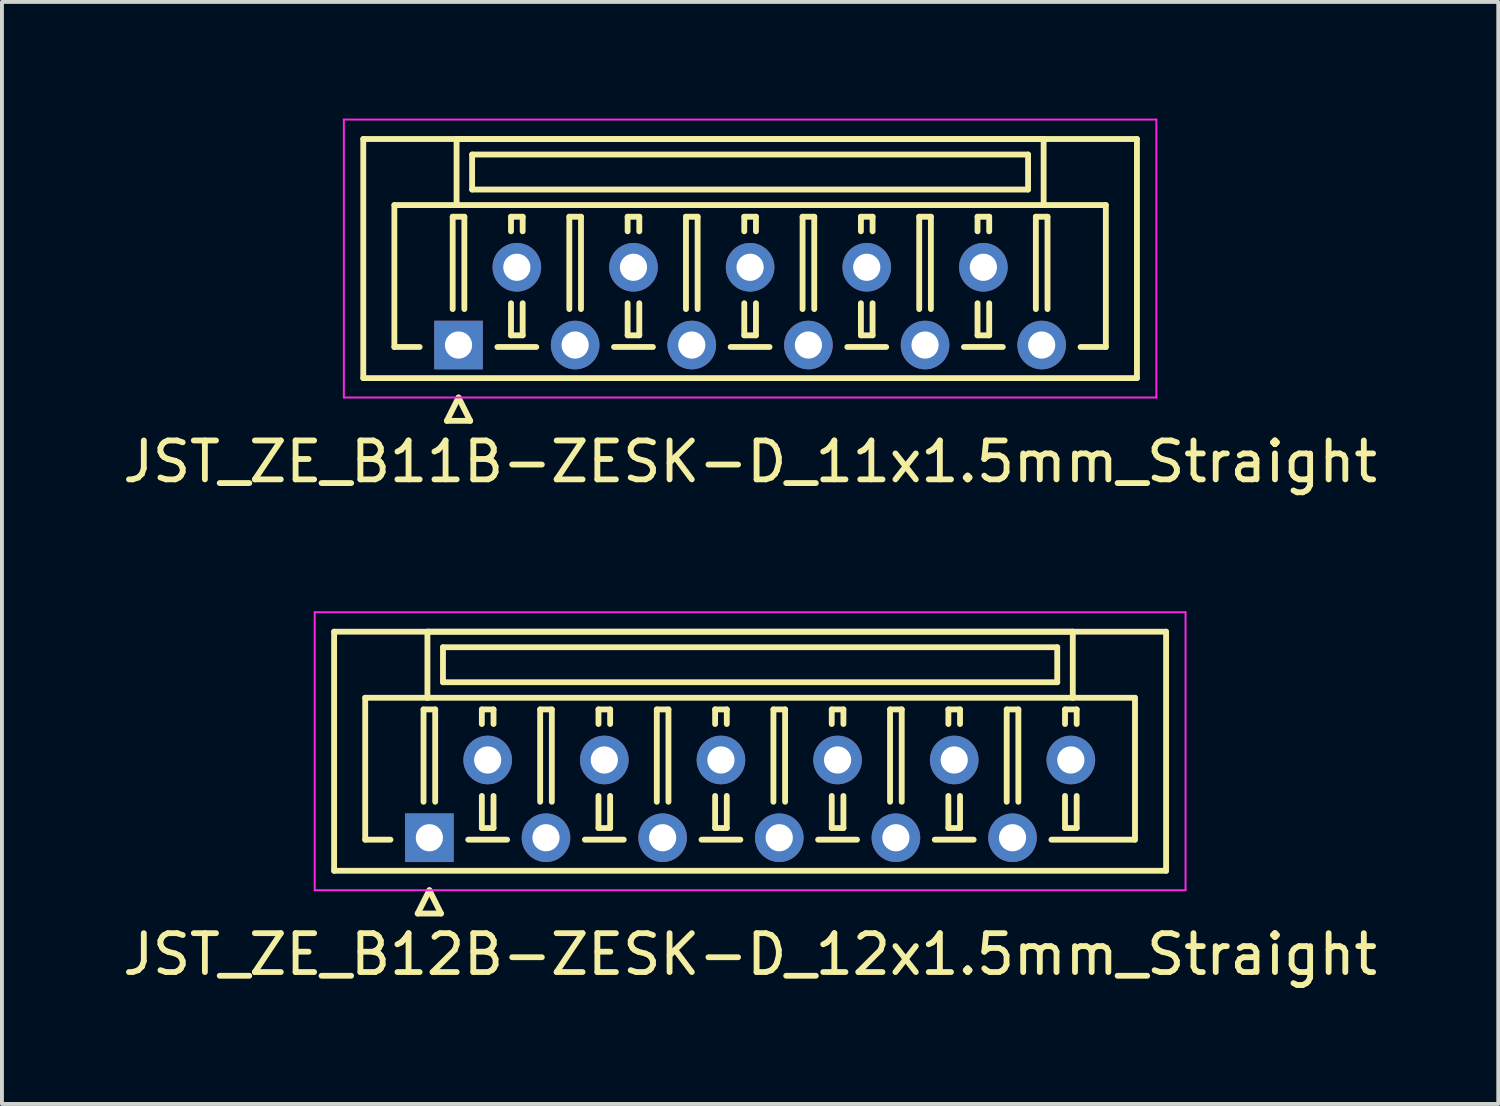
<source format=kicad_pcb>
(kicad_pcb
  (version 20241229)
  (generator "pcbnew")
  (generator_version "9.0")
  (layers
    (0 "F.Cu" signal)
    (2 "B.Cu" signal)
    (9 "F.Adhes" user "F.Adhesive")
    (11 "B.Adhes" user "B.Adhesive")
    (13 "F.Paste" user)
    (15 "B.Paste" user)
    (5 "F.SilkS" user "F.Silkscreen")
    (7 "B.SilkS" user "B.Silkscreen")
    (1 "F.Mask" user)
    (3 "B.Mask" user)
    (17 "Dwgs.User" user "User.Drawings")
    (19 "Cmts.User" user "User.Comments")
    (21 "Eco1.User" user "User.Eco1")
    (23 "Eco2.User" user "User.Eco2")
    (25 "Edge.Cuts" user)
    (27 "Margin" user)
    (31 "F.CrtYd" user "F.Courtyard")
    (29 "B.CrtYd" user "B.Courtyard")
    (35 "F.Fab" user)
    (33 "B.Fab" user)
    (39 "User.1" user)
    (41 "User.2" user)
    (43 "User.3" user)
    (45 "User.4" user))
  (footprint "JST_ZE_B11B-ZESK-D_11x1.5mm_Straight"
    (layer "F.Cu")
    (at 8.744 5.825)
    (property "Reference" "JST_ZE_B11B-ZESK-D_11x1.5mm_Straight" (at 7.5 3 0) (layer "F.SilkS") (effects (font (size 1 1) (thickness 0.15))))
    (attr through_hole)
    (fp_line (start -2.45 -5.3) (end -2.45 0.85) (stroke (width 0.15) (type solid)) (layer "F.SilkS"))
    (fp_line (start -2.45 0.85) (end 17.45 0.85) (stroke (width 0.15) (type solid)) (layer "F.SilkS"))
    (fp_line (start -1.65 -3.6) (end -1.65 0.05) (stroke (width 0.15) (type solid)) (layer "F.SilkS"))
    (fp_line (start -1.65 0.05) (end -1 0.05) (stroke (width 0.15) (type solid)) (layer "F.SilkS"))
    (fp_line (start -0.3 1.95) (end 0 1.35) (stroke (width 0.15) (type solid)) (layer "F.SilkS"))
    (fp_line (start -0.15 -3.3) (end 0.15 -3.3) (stroke (width 0.15) (type solid)) (layer "F.SilkS"))
    (fp_line (start -0.15 -0.925) (end -0.15 -3.3) (stroke (width 0.15) (type solid)) (layer "F.SilkS"))
    (fp_line (start -0.05 -5.3) (end -0.05 -3.6) (stroke (width 0.15) (type solid)) (layer "F.SilkS"))
    (fp_line (start -0.05 -3.6) (end -1.65 -3.6) (stroke (width 0.15) (type solid)) (layer "F.SilkS"))
    (fp_line (start -0.05 -3.6) (end 15.05 -3.6) (stroke (width 0.15) (type solid)) (layer "F.SilkS"))
    (fp_line (start 0 1.35) (end 0.3 1.95) (stroke (width 0.15) (type solid)) (layer "F.SilkS"))
    (fp_line (start 0.15 -3.3) (end 0.15 -0.925) (stroke (width 0.15) (type solid)) (layer "F.SilkS"))
    (fp_line (start 0.3 1.95) (end -0.3 1.95) (stroke (width 0.15) (type solid)) (layer "F.SilkS"))
    (fp_line (start 0.35 -4.9) (end 0.35 -4) (stroke (width 0.15) (type solid)) (layer "F.SilkS"))
    (fp_line (start 0.35 -4) (end 14.65 -4) (stroke (width 0.15) (type solid)) (layer "F.SilkS"))
    (fp_line (start 1 0.05) (end 2 0.05) (stroke (width 0.15) (type solid)) (layer "F.SilkS"))
    (fp_line (start 1.35 -3.3) (end 1.65 -3.3) (stroke (width 0.15) (type solid)) (layer "F.SilkS"))
    (fp_line (start 1.35 -2.925) (end 1.35 -3.3) (stroke (width 0.15) (type solid)) (layer "F.SilkS"))
    (fp_line (start 1.35 -1.075) (end 1.35 -0.25) (stroke (width 0.15) (type solid)) (layer "F.SilkS"))
    (fp_line (start 1.35 -0.25) (end 1.65 -0.25) (stroke (width 0.15) (type solid)) (layer "F.SilkS"))
    (fp_line (start 1.65 -3.3) (end 1.65 -2.925) (stroke (width 0.15) (type solid)) (layer "F.SilkS"))
    (fp_line (start 1.65 -0.25) (end 1.65 -1.075) (stroke (width 0.15) (type solid)) (layer "F.SilkS"))
    (fp_line (start 2.85 -3.3) (end 3.15 -3.3) (stroke (width 0.15) (type solid)) (layer "F.SilkS"))
    (fp_line (start 2.85 -0.925) (end 2.85 -3.3) (stroke (width 0.15) (type solid)) (layer "F.SilkS"))
    (fp_line (start 3.15 -3.3) (end 3.15 -0.925) (stroke (width 0.15) (type solid)) (layer "F.SilkS"))
    (fp_line (start 4 0.05) (end 5 0.05) (stroke (width 0.15) (type solid)) (layer "F.SilkS"))
    (fp_line (start 4.35 -3.3) (end 4.65 -3.3) (stroke (width 0.15) (type solid)) (layer "F.SilkS"))
    (fp_line (start 4.35 -2.925) (end 4.35 -3.3) (stroke (width 0.15) (type solid)) (layer "F.SilkS"))
    (fp_line (start 4.35 -1.075) (end 4.35 -0.25) (stroke (width 0.15) (type solid)) (layer "F.SilkS"))
    (fp_line (start 4.35 -0.25) (end 4.65 -0.25) (stroke (width 0.15) (type solid)) (layer "F.SilkS"))
    (fp_line (start 4.65 -3.3) (end 4.65 -2.925) (stroke (width 0.15) (type solid)) (layer "F.SilkS"))
    (fp_line (start 4.65 -0.25) (end 4.65 -1.075) (stroke (width 0.15) (type solid)) (layer "F.SilkS"))
    (fp_line (start 5.85 -3.3) (end 6.15 -3.3) (stroke (width 0.15) (type solid)) (layer "F.SilkS"))
    (fp_line (start 5.85 -0.925) (end 5.85 -3.3) (stroke (width 0.15) (type solid)) (layer "F.SilkS"))
    (fp_line (start 6.15 -3.3) (end 6.15 -0.925) (stroke (width 0.15) (type solid)) (layer "F.SilkS"))
    (fp_line (start 7 0.05) (end 8 0.05) (stroke (width 0.15) (type solid)) (layer "F.SilkS"))
    (fp_line (start 7.35 -3.3) (end 7.65 -3.3) (stroke (width 0.15) (type solid)) (layer "F.SilkS"))
    (fp_line (start 7.35 -2.925) (end 7.35 -3.3) (stroke (width 0.15) (type solid)) (layer "F.SilkS"))
    (fp_line (start 7.35 -1.075) (end 7.35 -0.25) (stroke (width 0.15) (type solid)) (layer "F.SilkS"))
    (fp_line (start 7.35 -0.25) (end 7.65 -0.25) (stroke (width 0.15) (type solid)) (layer "F.SilkS"))
    (fp_line (start 7.65 -3.3) (end 7.65 -2.925) (stroke (width 0.15) (type solid)) (layer "F.SilkS"))
    (fp_line (start 7.65 -0.25) (end 7.65 -1.075) (stroke (width 0.15) (type solid)) (layer "F.SilkS"))
    (fp_line (start 8.85 -3.3) (end 9.15 -3.3) (stroke (width 0.15) (type solid)) (layer "F.SilkS"))
    (fp_line (start 8.85 -0.925) (end 8.85 -3.3) (stroke (width 0.15) (type solid)) (layer "F.SilkS"))
    (fp_line (start 9.15 -3.3) (end 9.15 -0.925) (stroke (width 0.15) (type solid)) (layer "F.SilkS"))
    (fp_line (start 10 0.05) (end 11 0.05) (stroke (width 0.15) (type solid)) (layer "F.SilkS"))
    (fp_line (start 10.35 -3.3) (end 10.65 -3.3) (stroke (width 0.15) (type solid)) (layer "F.SilkS"))
    (fp_line (start 10.35 -2.925) (end 10.35 -3.3) (stroke (width 0.15) (type solid)) (layer "F.SilkS"))
    (fp_line (start 10.35 -1.075) (end 10.35 -0.25) (stroke (width 0.15) (type solid)) (layer "F.SilkS"))
    (fp_line (start 10.35 -0.25) (end 10.65 -0.25) (stroke (width 0.15) (type solid)) (layer "F.SilkS"))
    (fp_line (start 10.65 -3.3) (end 10.65 -2.925) (stroke (width 0.15) (type solid)) (layer "F.SilkS"))
    (fp_line (start 10.65 -0.25) (end 10.65 -1.075) (stroke (width 0.15) (type solid)) (layer "F.SilkS"))
    (fp_line (start 11.85 -3.3) (end 12.15 -3.3) (stroke (width 0.15) (type solid)) (layer "F.SilkS"))
    (fp_line (start 11.85 -0.925) (end 11.85 -3.3) (stroke (width 0.15) (type solid)) (layer "F.SilkS"))
    (fp_line (start 12.15 -3.3) (end 12.15 -0.925) (stroke (width 0.15) (type solid)) (layer "F.SilkS"))
    (fp_line (start 13 0.05) (end 14 0.05) (stroke (width 0.15) (type solid)) (layer "F.SilkS"))
    (fp_line (start 13.35 -3.3) (end 13.65 -3.3) (stroke (width 0.15) (type solid)) (layer "F.SilkS"))
    (fp_line (start 13.35 -2.925) (end 13.35 -3.3) (stroke (width 0.15) (type solid)) (layer "F.SilkS"))
    (fp_line (start 13.35 -1.075) (end 13.35 -0.25) (stroke (width 0.15) (type solid)) (layer "F.SilkS"))
    (fp_line (start 13.35 -0.25) (end 13.65 -0.25) (stroke (width 0.15) (type solid)) (layer "F.SilkS"))
    (fp_line (start 13.65 -3.3) (end 13.65 -2.925) (stroke (width 0.15) (type solid)) (layer "F.SilkS"))
    (fp_line (start 13.65 -0.25) (end 13.65 -1.075) (stroke (width 0.15) (type solid)) (layer "F.SilkS"))
    (fp_line (start 14.65 -4.9) (end 0.35 -4.9) (stroke (width 0.15) (type solid)) (layer "F.SilkS"))
    (fp_line (start 14.65 -4) (end 14.65 -4.9) (stroke (width 0.15) (type solid)) (layer "F.SilkS"))
    (fp_line (start 14.85 -3.3) (end 15.15 -3.3) (stroke (width 0.15) (type solid)) (layer "F.SilkS"))
    (fp_line (start 14.85 -0.925) (end 14.85 -3.3) (stroke (width 0.15) (type solid)) (layer "F.SilkS"))
    (fp_line (start 15.05 -5.3) (end -0.05 -5.3) (stroke (width 0.15) (type solid)) (layer "F.SilkS"))
    (fp_line (start 15.05 -3.6) (end 15.05 -5.3) (stroke (width 0.15) (type solid)) (layer "F.SilkS"))
    (fp_line (start 15.05 -3.6) (end 16.65 -3.6) (stroke (width 0.15) (type solid)) (layer "F.SilkS"))
    (fp_line (start 15.15 -3.3) (end 15.15 -0.925) (stroke (width 0.15) (type solid)) (layer "F.SilkS"))
    (fp_line (start 16.65 -3.6) (end 16.65 0.05) (stroke (width 0.15) (type solid)) (layer "F.SilkS"))
    (fp_line (start 16.65 0.05) (end 16 0.05) (stroke (width 0.15) (type solid)) (layer "F.SilkS"))
    (fp_line (start 17.45 -5.3) (end -2.45 -5.3) (stroke (width 0.15) (type solid)) (layer "F.SilkS"))
    (fp_line (start 17.45 0.85) (end 17.45 -5.3) (stroke (width 0.15) (type solid)) (layer "F.SilkS"))
    (fp_line (start -2.95 -5.8) (end -2.95 1.35) (stroke (width 0.05) (type solid)) (layer "F.CrtYd"))
    (fp_line (start -2.95 1.35) (end 17.95 1.35) (stroke (width 0.05) (type solid)) (layer "F.CrtYd"))
    (fp_line (start 17.95 -5.8) (end -2.95 -5.8) (stroke (width 0.05) (type solid)) (layer "F.CrtYd"))
    (fp_line (start 17.95 1.35) (end 17.95 -5.8) (stroke (width 0.05) (type solid)) (layer "F.CrtYd"))
    (pad "1" thru_hole rect (at 0 0) (size 1.25 1.25) (drill 0.7) (layers "*.Cu" "*.Mask"))
    (pad "2" thru_hole circle (at 1.5 -2) (size 1.25 1.25) (drill 0.7) (layers "*.Cu" "*.Mask"))
    (pad "3" thru_hole circle (at 3 0) (size 1.25 1.25) (drill 0.7) (layers "*.Cu" "*.Mask"))
    (pad "4" thru_hole circle (at 4.5 -2) (size 1.25 1.25) (drill 0.7) (layers "*.Cu" "*.Mask"))
    (pad "5" thru_hole circle (at 6 0) (size 1.25 1.25) (drill 0.7) (layers "*.Cu" "*.Mask"))
    (pad "6" thru_hole circle (at 7.5 -2) (size 1.25 1.25) (drill 0.7) (layers "*.Cu" "*.Mask"))
    (pad "7" thru_hole circle (at 9 0) (size 1.25 1.25) (drill 0.7) (layers "*.Cu" "*.Mask"))
    (pad "8" thru_hole circle (at 10.5 -2) (size 1.25 1.25) (drill 0.7) (layers "*.Cu" "*.Mask"))
    (pad "9" thru_hole circle (at 12 0) (size 1.25 1.25) (drill 0.7) (layers "*.Cu" "*.Mask"))
    (pad "10" thru_hole circle (at 13.5 -2) (size 1.25 1.25) (drill 0.7) (layers "*.Cu" "*.Mask"))
    (pad "11" thru_hole circle (at 15 0) (size 1.25 1.25) (drill 0.7) (layers "*.Cu" "*.Mask")))
  (footprint "JST_ZE_B12B-ZESK-D_12x1.5mm_Straight"
    (layer "F.Cu")
    (at 7.994 18.498)
    (property "Reference" "JST_ZE_B12B-ZESK-D_12x1.5mm_Straight" (at 8.25 3 0) (layer "F.SilkS") (effects (font (size 1 1) (thickness 0.15))))
    (attr through_hole)
    (fp_line (start -2.45 -5.3) (end -2.45 0.85) (stroke (width 0.15) (type solid)) (layer "F.SilkS"))
    (fp_line (start -2.45 0.85) (end 18.95 0.85) (stroke (width 0.15) (type solid)) (layer "F.SilkS"))
    (fp_line (start -1.65 -3.6) (end -1.65 0.05) (stroke (width 0.15) (type solid)) (layer "F.SilkS"))
    (fp_line (start -1.65 0.05) (end -1 0.05) (stroke (width 0.15) (type solid)) (layer "F.SilkS"))
    (fp_line (start -0.3 1.95) (end 0 1.35) (stroke (width 0.15) (type solid)) (layer "F.SilkS"))
    (fp_line (start -0.15 -3.3) (end 0.15 -3.3) (stroke (width 0.15) (type solid)) (layer "F.SilkS"))
    (fp_line (start -0.15 -0.925) (end -0.15 -3.3) (stroke (width 0.15) (type solid)) (layer "F.SilkS"))
    (fp_line (start -0.05 -5.3) (end -0.05 -3.6) (stroke (width 0.15) (type solid)) (layer "F.SilkS"))
    (fp_line (start -0.05 -3.6) (end -1.65 -3.6) (stroke (width 0.15) (type solid)) (layer "F.SilkS"))
    (fp_line (start -0.05 -3.6) (end 16.55 -3.6) (stroke (width 0.15) (type solid)) (layer "F.SilkS"))
    (fp_line (start 0 1.35) (end 0.3 1.95) (stroke (width 0.15) (type solid)) (layer "F.SilkS"))
    (fp_line (start 0.15 -3.3) (end 0.15 -0.925) (stroke (width 0.15) (type solid)) (layer "F.SilkS"))
    (fp_line (start 0.3 1.95) (end -0.3 1.95) (stroke (width 0.15) (type solid)) (layer "F.SilkS"))
    (fp_line (start 0.35 -4.9) (end 0.35 -4) (stroke (width 0.15) (type solid)) (layer "F.SilkS"))
    (fp_line (start 0.35 -4) (end 16.15 -4) (stroke (width 0.15) (type solid)) (layer "F.SilkS"))
    (fp_line (start 1 0.05) (end 2 0.05) (stroke (width 0.15) (type solid)) (layer "F.SilkS"))
    (fp_line (start 1.35 -3.3) (end 1.65 -3.3) (stroke (width 0.15) (type solid)) (layer "F.SilkS"))
    (fp_line (start 1.35 -2.925) (end 1.35 -3.3) (stroke (width 0.15) (type solid)) (layer "F.SilkS"))
    (fp_line (start 1.35 -1.075) (end 1.35 -0.25) (stroke (width 0.15) (type solid)) (layer "F.SilkS"))
    (fp_line (start 1.35 -0.25) (end 1.65 -0.25) (stroke (width 0.15) (type solid)) (layer "F.SilkS"))
    (fp_line (start 1.65 -3.3) (end 1.65 -2.925) (stroke (width 0.15) (type solid)) (layer "F.SilkS"))
    (fp_line (start 1.65 -0.25) (end 1.65 -1.075) (stroke (width 0.15) (type solid)) (layer "F.SilkS"))
    (fp_line (start 2.85 -3.3) (end 3.15 -3.3) (stroke (width 0.15) (type solid)) (layer "F.SilkS"))
    (fp_line (start 2.85 -0.925) (end 2.85 -3.3) (stroke (width 0.15) (type solid)) (layer "F.SilkS"))
    (fp_line (start 3.15 -3.3) (end 3.15 -0.925) (stroke (width 0.15) (type solid)) (layer "F.SilkS"))
    (fp_line (start 4 0.05) (end 5 0.05) (stroke (width 0.15) (type solid)) (layer "F.SilkS"))
    (fp_line (start 4.35 -3.3) (end 4.65 -3.3) (stroke (width 0.15) (type solid)) (layer "F.SilkS"))
    (fp_line (start 4.35 -2.925) (end 4.35 -3.3) (stroke (width 0.15) (type solid)) (layer "F.SilkS"))
    (fp_line (start 4.35 -1.075) (end 4.35 -0.25) (stroke (width 0.15) (type solid)) (layer "F.SilkS"))
    (fp_line (start 4.35 -0.25) (end 4.65 -0.25) (stroke (width 0.15) (type solid)) (layer "F.SilkS"))
    (fp_line (start 4.65 -3.3) (end 4.65 -2.925) (stroke (width 0.15) (type solid)) (layer "F.SilkS"))
    (fp_line (start 4.65 -0.25) (end 4.65 -1.075) (stroke (width 0.15) (type solid)) (layer "F.SilkS"))
    (fp_line (start 5.85 -3.3) (end 6.15 -3.3) (stroke (width 0.15) (type solid)) (layer "F.SilkS"))
    (fp_line (start 5.85 -0.925) (end 5.85 -3.3) (stroke (width 0.15) (type solid)) (layer "F.SilkS"))
    (fp_line (start 6.15 -3.3) (end 6.15 -0.925) (stroke (width 0.15) (type solid)) (layer "F.SilkS"))
    (fp_line (start 7 0.05) (end 8 0.05) (stroke (width 0.15) (type solid)) (layer "F.SilkS"))
    (fp_line (start 7.35 -3.3) (end 7.65 -3.3) (stroke (width 0.15) (type solid)) (layer "F.SilkS"))
    (fp_line (start 7.35 -2.925) (end 7.35 -3.3) (stroke (width 0.15) (type solid)) (layer "F.SilkS"))
    (fp_line (start 7.35 -1.075) (end 7.35 -0.25) (stroke (width 0.15) (type solid)) (layer "F.SilkS"))
    (fp_line (start 7.35 -0.25) (end 7.65 -0.25) (stroke (width 0.15) (type solid)) (layer "F.SilkS"))
    (fp_line (start 7.65 -3.3) (end 7.65 -2.925) (stroke (width 0.15) (type solid)) (layer "F.SilkS"))
    (fp_line (start 7.65 -0.25) (end 7.65 -1.075) (stroke (width 0.15) (type solid)) (layer "F.SilkS"))
    (fp_line (start 8.85 -3.3) (end 9.15 -3.3) (stroke (width 0.15) (type solid)) (layer "F.SilkS"))
    (fp_line (start 8.85 -0.925) (end 8.85 -3.3) (stroke (width 0.15) (type solid)) (layer "F.SilkS"))
    (fp_line (start 9.15 -3.3) (end 9.15 -0.925) (stroke (width 0.15) (type solid)) (layer "F.SilkS"))
    (fp_line (start 10 0.05) (end 11 0.05) (stroke (width 0.15) (type solid)) (layer "F.SilkS"))
    (fp_line (start 10.35 -3.3) (end 10.65 -3.3) (stroke (width 0.15) (type solid)) (layer "F.SilkS"))
    (fp_line (start 10.35 -2.925) (end 10.35 -3.3) (stroke (width 0.15) (type solid)) (layer "F.SilkS"))
    (fp_line (start 10.35 -1.075) (end 10.35 -0.25) (stroke (width 0.15) (type solid)) (layer "F.SilkS"))
    (fp_line (start 10.35 -0.25) (end 10.65 -0.25) (stroke (width 0.15) (type solid)) (layer "F.SilkS"))
    (fp_line (start 10.65 -3.3) (end 10.65 -2.925) (stroke (width 0.15) (type solid)) (layer "F.SilkS"))
    (fp_line (start 10.65 -0.25) (end 10.65 -1.075) (stroke (width 0.15) (type solid)) (layer "F.SilkS"))
    (fp_line (start 11.85 -3.3) (end 12.15 -3.3) (stroke (width 0.15) (type solid)) (layer "F.SilkS"))
    (fp_line (start 11.85 -0.925) (end 11.85 -3.3) (stroke (width 0.15) (type solid)) (layer "F.SilkS"))
    (fp_line (start 12.15 -3.3) (end 12.15 -0.925) (stroke (width 0.15) (type solid)) (layer "F.SilkS"))
    (fp_line (start 13 0.05) (end 14 0.05) (stroke (width 0.15) (type solid)) (layer "F.SilkS"))
    (fp_line (start 13.35 -3.3) (end 13.65 -3.3) (stroke (width 0.15) (type solid)) (layer "F.SilkS"))
    (fp_line (start 13.35 -2.925) (end 13.35 -3.3) (stroke (width 0.15) (type solid)) (layer "F.SilkS"))
    (fp_line (start 13.35 -1.075) (end 13.35 -0.25) (stroke (width 0.15) (type solid)) (layer "F.SilkS"))
    (fp_line (start 13.35 -0.25) (end 13.65 -0.25) (stroke (width 0.15) (type solid)) (layer "F.SilkS"))
    (fp_line (start 13.65 -3.3) (end 13.65 -2.925) (stroke (width 0.15) (type solid)) (layer "F.SilkS"))
    (fp_line (start 13.65 -0.25) (end 13.65 -1.075) (stroke (width 0.15) (type solid)) (layer "F.SilkS"))
    (fp_line (start 14.85 -3.3) (end 15.15 -3.3) (stroke (width 0.15) (type solid)) (layer "F.SilkS"))
    (fp_line (start 14.85 -0.925) (end 14.85 -3.3) (stroke (width 0.15) (type solid)) (layer "F.SilkS"))
    (fp_line (start 15.15 -3.3) (end 15.15 -0.925) (stroke (width 0.15) (type solid)) (layer "F.SilkS"))
    (fp_line (start 16.15 -4.9) (end 0.35 -4.9) (stroke (width 0.15) (type solid)) (layer "F.SilkS"))
    (fp_line (start 16.15 -4) (end 16.15 -4.9) (stroke (width 0.15) (type solid)) (layer "F.SilkS"))
    (fp_line (start 16.35 -3.3) (end 16.65 -3.3) (stroke (width 0.15) (type solid)) (layer "F.SilkS"))
    (fp_line (start 16.35 -2.925) (end 16.35 -3.3) (stroke (width 0.15) (type solid)) (layer "F.SilkS"))
    (fp_line (start 16.35 -1.075) (end 16.35 -0.25) (stroke (width 0.15) (type solid)) (layer "F.SilkS"))
    (fp_line (start 16.35 -0.25) (end 16.65 -0.25) (stroke (width 0.15) (type solid)) (layer "F.SilkS"))
    (fp_line (start 16.55 -5.3) (end -0.05 -5.3) (stroke (width 0.15) (type solid)) (layer "F.SilkS"))
    (fp_line (start 16.55 -3.6) (end 16.55 -5.3) (stroke (width 0.15) (type solid)) (layer "F.SilkS"))
    (fp_line (start 16.55 -3.6) (end 18.15 -3.6) (stroke (width 0.15) (type solid)) (layer "F.SilkS"))
    (fp_line (start 16.65 -3.3) (end 16.65 -2.925) (stroke (width 0.15) (type solid)) (layer "F.SilkS"))
    (fp_line (start 16.65 -0.25) (end 16.65 -1.075) (stroke (width 0.15) (type solid)) (layer "F.SilkS"))
    (fp_line (start 18.15 -3.6) (end 18.15 0.05) (stroke (width 0.15) (type solid)) (layer "F.SilkS"))
    (fp_line (start 18.15 0.05) (end 16 0.05) (stroke (width 0.15) (type solid)) (layer "F.SilkS"))
    (fp_line (start 18.95 -5.3) (end -2.45 -5.3) (stroke (width 0.15) (type solid)) (layer "F.SilkS"))
    (fp_line (start 18.95 0.85) (end 18.95 -5.3) (stroke (width 0.15) (type solid)) (layer "F.SilkS"))
    (fp_line (start -2.95 -5.8) (end -2.95 1.35) (stroke (width 0.05) (type solid)) (layer "F.CrtYd"))
    (fp_line (start -2.95 1.35) (end 19.45 1.35) (stroke (width 0.05) (type solid)) (layer "F.CrtYd"))
    (fp_line (start 19.45 -5.8) (end -2.95 -5.8) (stroke (width 0.05) (type solid)) (layer "F.CrtYd"))
    (fp_line (start 19.45 1.35) (end 19.45 -5.8) (stroke (width 0.05) (type solid)) (layer "F.CrtYd"))
    (pad "1" thru_hole rect (at 0 0) (size 1.25 1.25) (drill 0.7) (layers "*.Cu" "*.Mask"))
    (pad "2" thru_hole circle (at 1.5 -2) (size 1.25 1.25) (drill 0.7) (layers "*.Cu" "*.Mask"))
    (pad "3" thru_hole circle (at 3 0) (size 1.25 1.25) (drill 0.7) (layers "*.Cu" "*.Mask"))
    (pad "4" thru_hole circle (at 4.5 -2) (size 1.25 1.25) (drill 0.7) (layers "*.Cu" "*.Mask"))
    (pad "5" thru_hole circle (at 6 0) (size 1.25 1.25) (drill 0.7) (layers "*.Cu" "*.Mask"))
    (pad "6" thru_hole circle (at 7.5 -2) (size 1.25 1.25) (drill 0.7) (layers "*.Cu" "*.Mask"))
    (pad "7" thru_hole circle (at 9 0) (size 1.25 1.25) (drill 0.7) (layers "*.Cu" "*.Mask"))
    (pad "8" thru_hole circle (at 10.5 -2) (size 1.25 1.25) (drill 0.7) (layers "*.Cu" "*.Mask"))
    (pad "9" thru_hole circle (at 12 0) (size 1.25 1.25) (drill 0.7) (layers "*.Cu" "*.Mask"))
    (pad "10" thru_hole circle (at 13.5 -2) (size 1.25 1.25) (drill 0.7) (layers "*.Cu" "*.Mask"))
    (pad "11" thru_hole circle (at 15 0) (size 1.25 1.25) (drill 0.7) (layers "*.Cu" "*.Mask"))
    (pad "12" thru_hole circle (at 16.5 -2) (size 1.25 1.25) (drill 0.7) (layers "*.Cu" "*.Mask")))
  (gr_rect
    (start -3 -3)
    (end 35.488 25.346)
    (stroke (width 0.1) (type default))
    (fill no)
    (layer "Edge.Cuts")))
</source>
